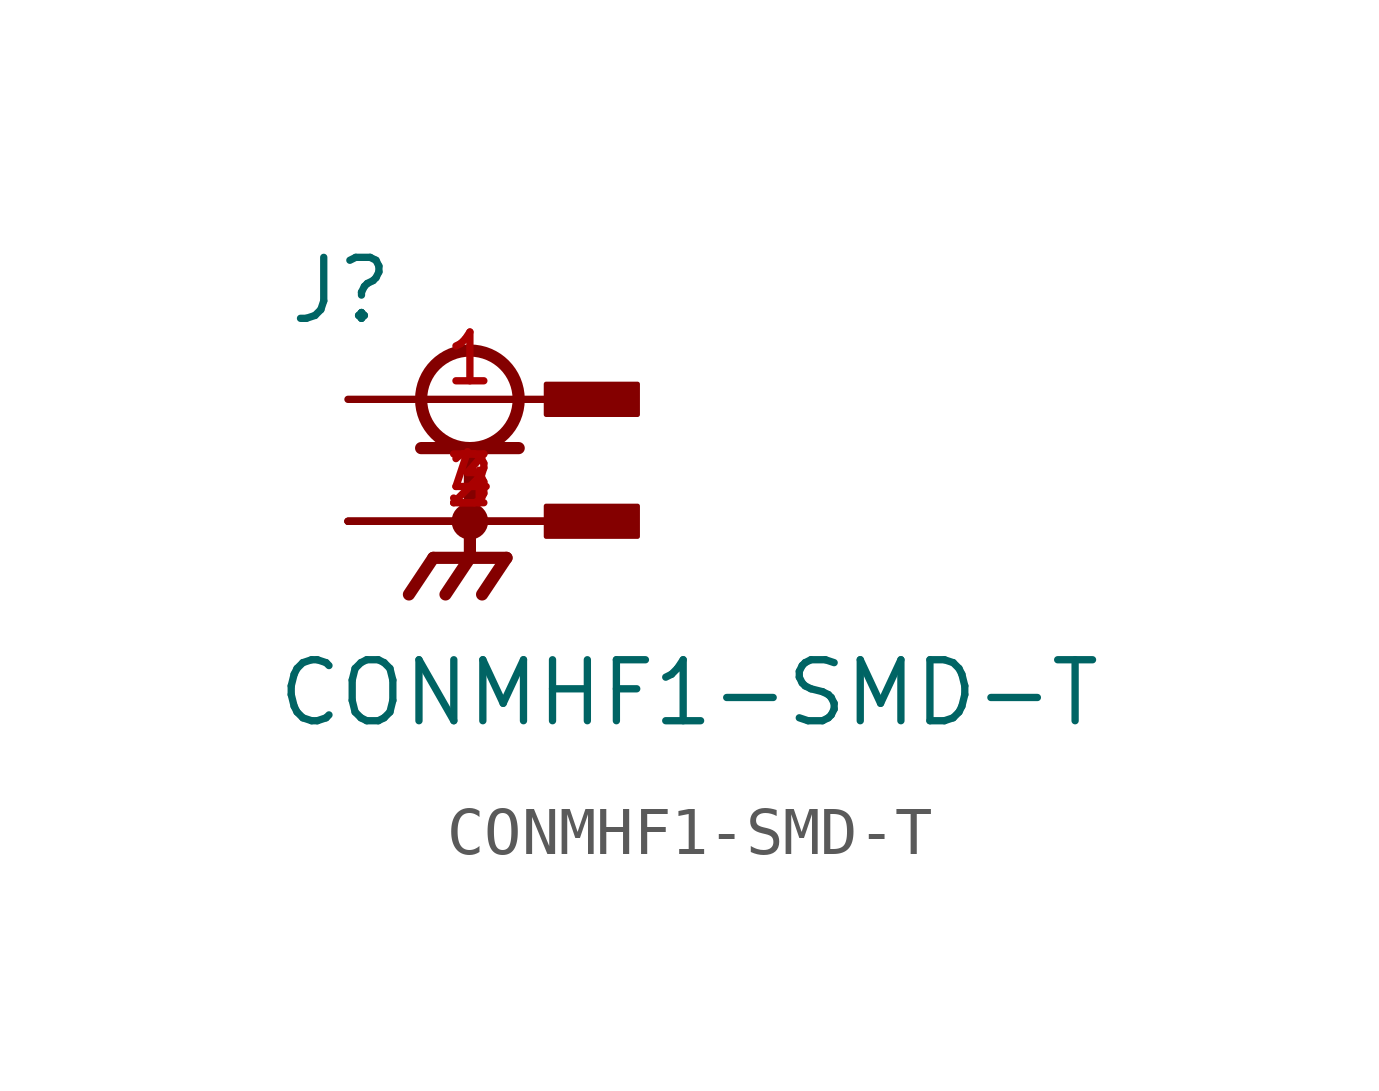
<source format=kicad_sym>
(kicad_symbol_lib
  (version 20211014)
  (generator kicad_symbol_editor)
  (symbol "CONMHF1-SMD-T"
    (pin_names
      (offset 1.016))
    (property "Reference" "J"
      (at -1.27 1.524 0)
      (effects (font (size 1.27 1.27)) (justify bottom left)))
    (property "Value" "CONMHF1-SMD-T"
      (at -1.524 -6.858 0)
      (effects (font (size 1.27 1.27)) (justify bottom left)))
    (symbol "CONMHF1-SMD-T_0_0"
      (circle (center 2.54 0.0) (radius 1.016) (stroke (width 0.254)) (fill (type none)))
      (polyline (pts (xy 1.524 -1.016) (xy 3.556 -1.016)) (stroke (width 0.254)))
      (polyline (pts (xy 2.54 -1.016) (xy 2.54 -3.302)) (stroke (width 0.254)))
      (circle (center 2.54 -2.54) (radius 0.254) (stroke (width 0.254)) (fill (type none)))
      (polyline (pts (xy 3.302 -3.302) (xy 1.778 -3.302)) (stroke (width 0.254)))
      (polyline (pts (xy 1.778 -3.302) (xy 1.27 -4.064)) (stroke (width 0.254)))
      (polyline (pts (xy 2.54 -3.302) (xy 2.032 -4.064)) (stroke (width 0.254)))
      (polyline (pts (xy 3.302 -3.302) (xy 2.794 -4.064)) (stroke (width 0.254)))
      (rectangle (start 4.128 -0.318) (end 6.032 0.318) (stroke (width 0.1)) (fill (type outline)))
      (rectangle (start 4.128 -2.857) (end 6.032 -2.223) (stroke (width 0.1)) (fill (type outline)))
      (pin passive line (at 0.0 0.0 0) (length 5.08) (name "~" (effects (font (size 1.016 1.016)))) (number "1" (effects (font (size 1.016 1.016)))))
      (pin power_in line (at 0.0 -2.54 0) (length 5.08) (name "~" (effects (font (size 1.016 1.016)))) (number "2" (effects (font (size 1.016 1.016)))))
      (pin power_in line (at 0.0 -2.54 0) (length 5.08) (name "~" (effects (font (size 1.016 1.016)))) (number "3" (effects (font (size 1.016 1.016)))))
      (pin power_in line (at 0.0 -2.54 0) (length 5.08) (name "~" (effects (font (size 1.016 1.016)))) (number "4" (effects (font (size 1.016 1.016))))))))
</source>
